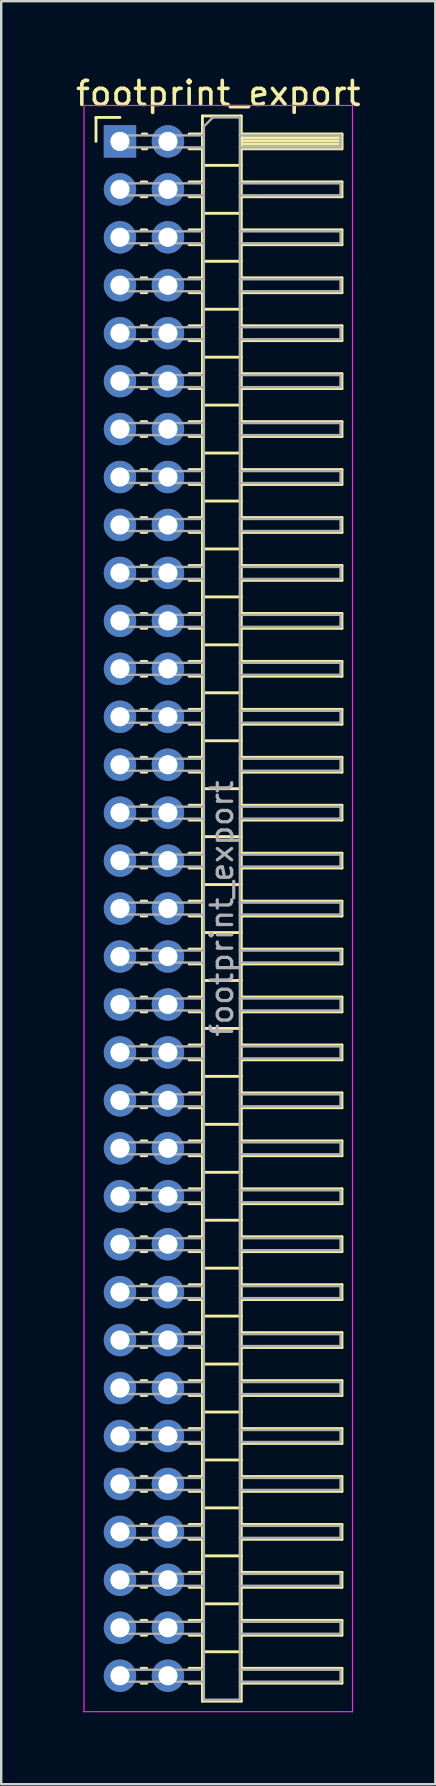
<source format=kicad_pcb>
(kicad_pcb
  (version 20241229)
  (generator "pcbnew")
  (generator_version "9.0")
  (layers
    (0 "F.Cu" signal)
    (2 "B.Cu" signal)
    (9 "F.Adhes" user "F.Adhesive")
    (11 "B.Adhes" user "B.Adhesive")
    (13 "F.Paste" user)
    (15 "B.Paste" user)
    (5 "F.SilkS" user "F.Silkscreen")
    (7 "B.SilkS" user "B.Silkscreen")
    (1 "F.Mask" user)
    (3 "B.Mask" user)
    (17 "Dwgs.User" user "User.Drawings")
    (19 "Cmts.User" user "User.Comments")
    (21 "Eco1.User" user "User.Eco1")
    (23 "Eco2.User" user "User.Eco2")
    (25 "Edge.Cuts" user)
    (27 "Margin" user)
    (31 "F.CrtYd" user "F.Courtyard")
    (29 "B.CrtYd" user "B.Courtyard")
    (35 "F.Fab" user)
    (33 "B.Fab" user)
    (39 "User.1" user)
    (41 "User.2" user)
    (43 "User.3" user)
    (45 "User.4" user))
  (footprint "footprint_export"
    (layer "F.Cu")
    (at 1.954 2.848)
    (property "Reference" "footprint_export" (at 4.1 -2 0) (layer "F.SilkS") (effects (font (size 1 1) (thickness 0.15))))
    (attr through_hole)
    (fp_line (start -1 -1) (end 0 -1) (stroke (width 0.12) (type solid)) (layer "F.SilkS"))
    (fp_line (start -1 0) (end -1 -1) (stroke (width 0.12) (type solid)) (layer "F.SilkS"))
    (fp_line (start 0.882 1.69) (end 1.118 1.69) (stroke (width 0.12) (type solid)) (layer "F.SilkS"))
    (fp_line (start 0.882 2.31) (end 1.118 2.31) (stroke (width 0.12) (type solid)) (layer "F.SilkS"))
    (fp_line (start 0.882 3.69) (end 1.118 3.69) (stroke (width 0.12) (type solid)) (layer "F.SilkS"))
    (fp_line (start 0.882 4.31) (end 1.118 4.31) (stroke (width 0.12) (type solid)) (layer "F.SilkS"))
    (fp_line (start 0.882 5.69) (end 1.118 5.69) (stroke (width 0.12) (type solid)) (layer "F.SilkS"))
    (fp_line (start 0.882 6.31) (end 1.118 6.31) (stroke (width 0.12) (type solid)) (layer "F.SilkS"))
    (fp_line (start 0.882 7.69) (end 1.118 7.69) (stroke (width 0.12) (type solid)) (layer "F.SilkS"))
    (fp_line (start 0.882 8.31) (end 1.118 8.31) (stroke (width 0.12) (type solid)) (layer "F.SilkS"))
    (fp_line (start 0.882 9.69) (end 1.118 9.69) (stroke (width 0.12) (type solid)) (layer "F.SilkS"))
    (fp_line (start 0.882 10.31) (end 1.118 10.31) (stroke (width 0.12) (type solid)) (layer "F.SilkS"))
    (fp_line (start 0.882 11.69) (end 1.118 11.69) (stroke (width 0.12) (type solid)) (layer "F.SilkS"))
    (fp_line (start 0.882 12.31) (end 1.118 12.31) (stroke (width 0.12) (type solid)) (layer "F.SilkS"))
    (fp_line (start 0.882 13.69) (end 1.118 13.69) (stroke (width 0.12) (type solid)) (layer "F.SilkS"))
    (fp_line (start 0.882 14.31) (end 1.118 14.31) (stroke (width 0.12) (type solid)) (layer "F.SilkS"))
    (fp_line (start 0.882 15.69) (end 1.118 15.69) (stroke (width 0.12) (type solid)) (layer "F.SilkS"))
    (fp_line (start 0.882 16.31) (end 1.118 16.31) (stroke (width 0.12) (type solid)) (layer "F.SilkS"))
    (fp_line (start 0.882 17.69) (end 1.118 17.69) (stroke (width 0.12) (type solid)) (layer "F.SilkS"))
    (fp_line (start 0.882 18.31) (end 1.118 18.31) (stroke (width 0.12) (type solid)) (layer "F.SilkS"))
    (fp_line (start 0.882 19.69) (end 1.118 19.69) (stroke (width 0.12) (type solid)) (layer "F.SilkS"))
    (fp_line (start 0.882 20.31) (end 1.118 20.31) (stroke (width 0.12) (type solid)) (layer "F.SilkS"))
    (fp_line (start 0.882 21.69) (end 1.118 21.69) (stroke (width 0.12) (type solid)) (layer "F.SilkS"))
    (fp_line (start 0.882 22.31) (end 1.118 22.31) (stroke (width 0.12) (type solid)) (layer "F.SilkS"))
    (fp_line (start 0.882 23.69) (end 1.118 23.69) (stroke (width 0.12) (type solid)) (layer "F.SilkS"))
    (fp_line (start 0.882 24.31) (end 1.118 24.31) (stroke (width 0.12) (type solid)) (layer "F.SilkS"))
    (fp_line (start 0.882 25.69) (end 1.118 25.69) (stroke (width 0.12) (type solid)) (layer "F.SilkS"))
    (fp_line (start 0.882 26.31) (end 1.118 26.31) (stroke (width 0.12) (type solid)) (layer "F.SilkS"))
    (fp_line (start 0.882 27.69) (end 1.118 27.69) (stroke (width 0.12) (type solid)) (layer "F.SilkS"))
    (fp_line (start 0.882 28.31) (end 1.118 28.31) (stroke (width 0.12) (type solid)) (layer "F.SilkS"))
    (fp_line (start 0.882 29.69) (end 1.118 29.69) (stroke (width 0.12) (type solid)) (layer "F.SilkS"))
    (fp_line (start 0.882 30.31) (end 1.118 30.31) (stroke (width 0.12) (type solid)) (layer "F.SilkS"))
    (fp_line (start 0.882 31.69) (end 1.118 31.69) (stroke (width 0.12) (type solid)) (layer "F.SilkS"))
    (fp_line (start 0.882 32.31) (end 1.118 32.31) (stroke (width 0.12) (type solid)) (layer "F.SilkS"))
    (fp_line (start 0.882 33.69) (end 1.118 33.69) (stroke (width 0.12) (type solid)) (layer "F.SilkS"))
    (fp_line (start 0.882 34.31) (end 1.118 34.31) (stroke (width 0.12) (type solid)) (layer "F.SilkS"))
    (fp_line (start 0.882 35.69) (end 1.118 35.69) (stroke (width 0.12) (type solid)) (layer "F.SilkS"))
    (fp_line (start 0.882 36.31) (end 1.118 36.31) (stroke (width 0.12) (type solid)) (layer "F.SilkS"))
    (fp_line (start 0.882 37.69) (end 1.118 37.69) (stroke (width 0.12) (type solid)) (layer "F.SilkS"))
    (fp_line (start 0.882 38.31) (end 1.118 38.31) (stroke (width 0.12) (type solid)) (layer "F.SilkS"))
    (fp_line (start 0.882 39.69) (end 1.118 39.69) (stroke (width 0.12) (type solid)) (layer "F.SilkS"))
    (fp_line (start 0.882 40.31) (end 1.118 40.31) (stroke (width 0.12) (type solid)) (layer "F.SilkS"))
    (fp_line (start 0.882 41.69) (end 1.118 41.69) (stroke (width 0.12) (type solid)) (layer "F.SilkS"))
    (fp_line (start 0.882 42.31) (end 1.118 42.31) (stroke (width 0.12) (type solid)) (layer "F.SilkS"))
    (fp_line (start 0.882 43.69) (end 1.118 43.69) (stroke (width 0.12) (type solid)) (layer "F.SilkS"))
    (fp_line (start 0.882 44.31) (end 1.118 44.31) (stroke (width 0.12) (type solid)) (layer "F.SilkS"))
    (fp_line (start 0.882 45.69) (end 1.118 45.69) (stroke (width 0.12) (type solid)) (layer "F.SilkS"))
    (fp_line (start 0.882 46.31) (end 1.118 46.31) (stroke (width 0.12) (type solid)) (layer "F.SilkS"))
    (fp_line (start 0.882 47.69) (end 1.118 47.69) (stroke (width 0.12) (type solid)) (layer "F.SilkS"))
    (fp_line (start 0.882 48.31) (end 1.118 48.31) (stroke (width 0.12) (type solid)) (layer "F.SilkS"))
    (fp_line (start 0.882 49.69) (end 1.118 49.69) (stroke (width 0.12) (type solid)) (layer "F.SilkS"))
    (fp_line (start 0.882 50.31) (end 1.118 50.31) (stroke (width 0.12) (type solid)) (layer "F.SilkS"))
    (fp_line (start 0.882 51.69) (end 1.118 51.69) (stroke (width 0.12) (type solid)) (layer "F.SilkS"))
    (fp_line (start 0.882 52.31) (end 1.118 52.31) (stroke (width 0.12) (type solid)) (layer "F.SilkS"))
    (fp_line (start 0.882 53.69) (end 1.118 53.69) (stroke (width 0.12) (type solid)) (layer "F.SilkS"))
    (fp_line (start 0.882 54.31) (end 1.118 54.31) (stroke (width 0.12) (type solid)) (layer "F.SilkS"))
    (fp_line (start 0.882 55.69) (end 1.118 55.69) (stroke (width 0.12) (type solid)) (layer "F.SilkS"))
    (fp_line (start 0.882 56.31) (end 1.118 56.31) (stroke (width 0.12) (type solid)) (layer "F.SilkS"))
    (fp_line (start 0.882 57.69) (end 1.118 57.69) (stroke (width 0.12) (type solid)) (layer "F.SilkS"))
    (fp_line (start 0.882 58.31) (end 1.118 58.31) (stroke (width 0.12) (type solid)) (layer "F.SilkS"))
    (fp_line (start 0.882 59.69) (end 1.118 59.69) (stroke (width 0.12) (type solid)) (layer "F.SilkS"))
    (fp_line (start 0.882 60.31) (end 1.118 60.31) (stroke (width 0.12) (type solid)) (layer "F.SilkS"))
    (fp_line (start 0.882 61.69) (end 1.118 61.69) (stroke (width 0.12) (type solid)) (layer "F.SilkS"))
    (fp_line (start 0.882 62.31) (end 1.118 62.31) (stroke (width 0.12) (type solid)) (layer "F.SilkS"))
    (fp_line (start 0.882 63.69) (end 1.118 63.69) (stroke (width 0.12) (type solid)) (layer "F.SilkS"))
    (fp_line (start 0.882 64.31) (end 1.118 64.31) (stroke (width 0.12) (type solid)) (layer "F.SilkS"))
    (fp_line (start 0.935 -0.31) (end 1.118 -0.31) (stroke (width 0.12) (type solid)) (layer "F.SilkS"))
    (fp_line (start 0.935 0.31) (end 1.118 0.31) (stroke (width 0.12) (type solid)) (layer "F.SilkS"))
    (fp_line (start 2.882 -0.31) (end 3.44 -0.31) (stroke (width 0.12) (type solid)) (layer "F.SilkS"))
    (fp_line (start 2.882 0.31) (end 3.44 0.31) (stroke (width 0.12) (type solid)) (layer "F.SilkS"))
    (fp_line (start 2.882 1.69) (end 3.44 1.69) (stroke (width 0.12) (type solid)) (layer "F.SilkS"))
    (fp_line (start 2.882 2.31) (end 3.44 2.31) (stroke (width 0.12) (type solid)) (layer "F.SilkS"))
    (fp_line (start 2.882 3.69) (end 3.44 3.69) (stroke (width 0.12) (type solid)) (layer "F.SilkS"))
    (fp_line (start 2.882 4.31) (end 3.44 4.31) (stroke (width 0.12) (type solid)) (layer "F.SilkS"))
    (fp_line (start 2.882 5.69) (end 3.44 5.69) (stroke (width 0.12) (type solid)) (layer "F.SilkS"))
    (fp_line (start 2.882 6.31) (end 3.44 6.31) (stroke (width 0.12) (type solid)) (layer "F.SilkS"))
    (fp_line (start 2.882 7.69) (end 3.44 7.69) (stroke (width 0.12) (type solid)) (layer "F.SilkS"))
    (fp_line (start 2.882 8.31) (end 3.44 8.31) (stroke (width 0.12) (type solid)) (layer "F.SilkS"))
    (fp_line (start 2.882 9.69) (end 3.44 9.69) (stroke (width 0.12) (type solid)) (layer "F.SilkS"))
    (fp_line (start 2.882 10.31) (end 3.44 10.31) (stroke (width 0.12) (type solid)) (layer "F.SilkS"))
    (fp_line (start 2.882 11.69) (end 3.44 11.69) (stroke (width 0.12) (type solid)) (layer "F.SilkS"))
    (fp_line (start 2.882 12.31) (end 3.44 12.31) (stroke (width 0.12) (type solid)) (layer "F.SilkS"))
    (fp_line (start 2.882 13.69) (end 3.44 13.69) (stroke (width 0.12) (type solid)) (layer "F.SilkS"))
    (fp_line (start 2.882 14.31) (end 3.44 14.31) (stroke (width 0.12) (type solid)) (layer "F.SilkS"))
    (fp_line (start 2.882 15.69) (end 3.44 15.69) (stroke (width 0.12) (type solid)) (layer "F.SilkS"))
    (fp_line (start 2.882 16.31) (end 3.44 16.31) (stroke (width 0.12) (type solid)) (layer "F.SilkS"))
    (fp_line (start 2.882 17.69) (end 3.44 17.69) (stroke (width 0.12) (type solid)) (layer "F.SilkS"))
    (fp_line (start 2.882 18.31) (end 3.44 18.31) (stroke (width 0.12) (type solid)) (layer "F.SilkS"))
    (fp_line (start 2.882 19.69) (end 3.44 19.69) (stroke (width 0.12) (type solid)) (layer "F.SilkS"))
    (fp_line (start 2.882 20.31) (end 3.44 20.31) (stroke (width 0.12) (type solid)) (layer "F.SilkS"))
    (fp_line (start 2.882 21.69) (end 3.44 21.69) (stroke (width 0.12) (type solid)) (layer "F.SilkS"))
    (fp_line (start 2.882 22.31) (end 3.44 22.31) (stroke (width 0.12) (type solid)) (layer "F.SilkS"))
    (fp_line (start 2.882 23.69) (end 3.44 23.69) (stroke (width 0.12) (type solid)) (layer "F.SilkS"))
    (fp_line (start 2.882 24.31) (end 3.44 24.31) (stroke (width 0.12) (type solid)) (layer "F.SilkS"))
    (fp_line (start 2.882 25.69) (end 3.44 25.69) (stroke (width 0.12) (type solid)) (layer "F.SilkS"))
    (fp_line (start 2.882 26.31) (end 3.44 26.31) (stroke (width 0.12) (type solid)) (layer "F.SilkS"))
    (fp_line (start 2.882 27.69) (end 3.44 27.69) (stroke (width 0.12) (type solid)) (layer "F.SilkS"))
    (fp_line (start 2.882 28.31) (end 3.44 28.31) (stroke (width 0.12) (type solid)) (layer "F.SilkS"))
    (fp_line (start 2.882 29.69) (end 3.44 29.69) (stroke (width 0.12) (type solid)) (layer "F.SilkS"))
    (fp_line (start 2.882 30.31) (end 3.44 30.31) (stroke (width 0.12) (type solid)) (layer "F.SilkS"))
    (fp_line (start 2.882 31.69) (end 3.44 31.69) (stroke (width 0.12) (type solid)) (layer "F.SilkS"))
    (fp_line (start 2.882 32.31) (end 3.44 32.31) (stroke (width 0.12) (type solid)) (layer "F.SilkS"))
    (fp_line (start 2.882 33.69) (end 3.44 33.69) (stroke (width 0.12) (type solid)) (layer "F.SilkS"))
    (fp_line (start 2.882 34.31) (end 3.44 34.31) (stroke (width 0.12) (type solid)) (layer "F.SilkS"))
    (fp_line (start 2.882 35.69) (end 3.44 35.69) (stroke (width 0.12) (type solid)) (layer "F.SilkS"))
    (fp_line (start 2.882 36.31) (end 3.44 36.31) (stroke (width 0.12) (type solid)) (layer "F.SilkS"))
    (fp_line (start 2.882 37.69) (end 3.44 37.69) (stroke (width 0.12) (type solid)) (layer "F.SilkS"))
    (fp_line (start 2.882 38.31) (end 3.44 38.31) (stroke (width 0.12) (type solid)) (layer "F.SilkS"))
    (fp_line (start 2.882 39.69) (end 3.44 39.69) (stroke (width 0.12) (type solid)) (layer "F.SilkS"))
    (fp_line (start 2.882 40.31) (end 3.44 40.31) (stroke (width 0.12) (type solid)) (layer "F.SilkS"))
    (fp_line (start 2.882 41.69) (end 3.44 41.69) (stroke (width 0.12) (type solid)) (layer "F.SilkS"))
    (fp_line (start 2.882 42.31) (end 3.44 42.31) (stroke (width 0.12) (type solid)) (layer "F.SilkS"))
    (fp_line (start 2.882 43.69) (end 3.44 43.69) (stroke (width 0.12) (type solid)) (layer "F.SilkS"))
    (fp_line (start 2.882 44.31) (end 3.44 44.31) (stroke (width 0.12) (type solid)) (layer "F.SilkS"))
    (fp_line (start 2.882 45.69) (end 3.44 45.69) (stroke (width 0.12) (type solid)) (layer "F.SilkS"))
    (fp_line (start 2.882 46.31) (end 3.44 46.31) (stroke (width 0.12) (type solid)) (layer "F.SilkS"))
    (fp_line (start 2.882 47.69) (end 3.44 47.69) (stroke (width 0.12) (type solid)) (layer "F.SilkS"))
    (fp_line (start 2.882 48.31) (end 3.44 48.31) (stroke (width 0.12) (type solid)) (layer "F.SilkS"))
    (fp_line (start 2.882 49.69) (end 3.44 49.69) (stroke (width 0.12) (type solid)) (layer "F.SilkS"))
    (fp_line (start 2.882 50.31) (end 3.44 50.31) (stroke (width 0.12) (type solid)) (layer "F.SilkS"))
    (fp_line (start 2.882 51.69) (end 3.44 51.69) (stroke (width 0.12) (type solid)) (layer "F.SilkS"))
    (fp_line (start 2.882 52.31) (end 3.44 52.31) (stroke (width 0.12) (type solid)) (layer "F.SilkS"))
    (fp_line (start 2.882 53.69) (end 3.44 53.69) (stroke (width 0.12) (type solid)) (layer "F.SilkS"))
    (fp_line (start 2.882 54.31) (end 3.44 54.31) (stroke (width 0.12) (type solid)) (layer "F.SilkS"))
    (fp_line (start 2.882 55.69) (end 3.44 55.69) (stroke (width 0.12) (type solid)) (layer "F.SilkS"))
    (fp_line (start 2.882 56.31) (end 3.44 56.31) (stroke (width 0.12) (type solid)) (layer "F.SilkS"))
    (fp_line (start 2.882 57.69) (end 3.44 57.69) (stroke (width 0.12) (type solid)) (layer "F.SilkS"))
    (fp_line (start 2.882 58.31) (end 3.44 58.31) (stroke (width 0.12) (type solid)) (layer "F.SilkS"))
    (fp_line (start 2.882 59.69) (end 3.44 59.69) (stroke (width 0.12) (type solid)) (layer "F.SilkS"))
    (fp_line (start 2.882 60.31) (end 3.44 60.31) (stroke (width 0.12) (type solid)) (layer "F.SilkS"))
    (fp_line (start 2.882 61.69) (end 3.44 61.69) (stroke (width 0.12) (type solid)) (layer "F.SilkS"))
    (fp_line (start 2.882 62.31) (end 3.44 62.31) (stroke (width 0.12) (type solid)) (layer "F.SilkS"))
    (fp_line (start 2.882 63.69) (end 3.44 63.69) (stroke (width 0.12) (type solid)) (layer "F.SilkS"))
    (fp_line (start 2.882 64.31) (end 3.44 64.31) (stroke (width 0.12) (type solid)) (layer "F.SilkS"))
    (fp_line (start 3.44 -1.06) (end 3.44 65.06) (stroke (width 0.12) (type solid)) (layer "F.SilkS"))
    (fp_line (start 3.44 1) (end 5.06 1) (stroke (width 0.12) (type solid)) (layer "F.SilkS"))
    (fp_line (start 3.44 3) (end 5.06 3) (stroke (width 0.12) (type solid)) (layer "F.SilkS"))
    (fp_line (start 3.44 5) (end 5.06 5) (stroke (width 0.12) (type solid)) (layer "F.SilkS"))
    (fp_line (start 3.44 7) (end 5.06 7) (stroke (width 0.12) (type solid)) (layer "F.SilkS"))
    (fp_line (start 3.44 9) (end 5.06 9) (stroke (width 0.12) (type solid)) (layer "F.SilkS"))
    (fp_line (start 3.44 11) (end 5.06 11) (stroke (width 0.12) (type solid)) (layer "F.SilkS"))
    (fp_line (start 3.44 13) (end 5.06 13) (stroke (width 0.12) (type solid)) (layer "F.SilkS"))
    (fp_line (start 3.44 15) (end 5.06 15) (stroke (width 0.12) (type solid)) (layer "F.SilkS"))
    (fp_line (start 3.44 17) (end 5.06 17) (stroke (width 0.12) (type solid)) (layer "F.SilkS"))
    (fp_line (start 3.44 19) (end 5.06 19) (stroke (width 0.12) (type solid)) (layer "F.SilkS"))
    (fp_line (start 3.44 21) (end 5.06 21) (stroke (width 0.12) (type solid)) (layer "F.SilkS"))
    (fp_line (start 3.44 23) (end 5.06 23) (stroke (width 0.12) (type solid)) (layer "F.SilkS"))
    (fp_line (start 3.44 25) (end 5.06 25) (stroke (width 0.12) (type solid)) (layer "F.SilkS"))
    (fp_line (start 3.44 27) (end 5.06 27) (stroke (width 0.12) (type solid)) (layer "F.SilkS"))
    (fp_line (start 3.44 29) (end 5.06 29) (stroke (width 0.12) (type solid)) (layer "F.SilkS"))
    (fp_line (start 3.44 31) (end 5.06 31) (stroke (width 0.12) (type solid)) (layer "F.SilkS"))
    (fp_line (start 3.44 33) (end 5.06 33) (stroke (width 0.12) (type solid)) (layer "F.SilkS"))
    (fp_line (start 3.44 35) (end 5.06 35) (stroke (width 0.12) (type solid)) (layer "F.SilkS"))
    (fp_line (start 3.44 37) (end 5.06 37) (stroke (width 0.12) (type solid)) (layer "F.SilkS"))
    (fp_line (start 3.44 39) (end 5.06 39) (stroke (width 0.12) (type solid)) (layer "F.SilkS"))
    (fp_line (start 3.44 41) (end 5.06 41) (stroke (width 0.12) (type solid)) (layer "F.SilkS"))
    (fp_line (start 3.44 43) (end 5.06 43) (stroke (width 0.12) (type solid)) (layer "F.SilkS"))
    (fp_line (start 3.44 45) (end 5.06 45) (stroke (width 0.12) (type solid)) (layer "F.SilkS"))
    (fp_line (start 3.44 47) (end 5.06 47) (stroke (width 0.12) (type solid)) (layer "F.SilkS"))
    (fp_line (start 3.44 49) (end 5.06 49) (stroke (width 0.12) (type solid)) (layer "F.SilkS"))
    (fp_line (start 3.44 51) (end 5.06 51) (stroke (width 0.12) (type solid)) (layer "F.SilkS"))
    (fp_line (start 3.44 53) (end 5.06 53) (stroke (width 0.12) (type solid)) (layer "F.SilkS"))
    (fp_line (start 3.44 55) (end 5.06 55) (stroke (width 0.12) (type solid)) (layer "F.SilkS"))
    (fp_line (start 3.44 57) (end 5.06 57) (stroke (width 0.12) (type solid)) (layer "F.SilkS"))
    (fp_line (start 3.44 59) (end 5.06 59) (stroke (width 0.12) (type solid)) (layer "F.SilkS"))
    (fp_line (start 3.44 61) (end 5.06 61) (stroke (width 0.12) (type solid)) (layer "F.SilkS"))
    (fp_line (start 3.44 63) (end 5.06 63) (stroke (width 0.12) (type solid)) (layer "F.SilkS"))
    (fp_line (start 3.44 65.06) (end 5.06 65.06) (stroke (width 0.12) (type solid)) (layer "F.SilkS"))
    (fp_line (start 5.06 -1.06) (end 3.44 -1.06) (stroke (width 0.12) (type solid)) (layer "F.SilkS"))
    (fp_line (start 5.06 -0.31) (end 9.26 -0.31) (stroke (width 0.12) (type solid)) (layer "F.SilkS"))
    (fp_line (start 5.06 -0.25) (end 9.26 -0.25) (stroke (width 0.12) (type solid)) (layer "F.SilkS"))
    (fp_line (start 5.06 -0.13) (end 9.26 -0.13) (stroke (width 0.12) (type solid)) (layer "F.SilkS"))
    (fp_line (start 5.06 -0.01) (end 9.26 -0.01) (stroke (width 0.12) (type solid)) (layer "F.SilkS"))
    (fp_line (start 5.06 0.11) (end 9.26 0.11) (stroke (width 0.12) (type solid)) (layer "F.SilkS"))
    (fp_line (start 5.06 0.23) (end 9.26 0.23) (stroke (width 0.12) (type solid)) (layer "F.SilkS"))
    (fp_line (start 5.06 1.69) (end 9.26 1.69) (stroke (width 0.12) (type solid)) (layer "F.SilkS"))
    (fp_line (start 5.06 3.69) (end 9.26 3.69) (stroke (width 0.12) (type solid)) (layer "F.SilkS"))
    (fp_line (start 5.06 5.69) (end 9.26 5.69) (stroke (width 0.12) (type solid)) (layer "F.SilkS"))
    (fp_line (start 5.06 7.69) (end 9.26 7.69) (stroke (width 0.12) (type solid)) (layer "F.SilkS"))
    (fp_line (start 5.06 9.69) (end 9.26 9.69) (stroke (width 0.12) (type solid)) (layer "F.SilkS"))
    (fp_line (start 5.06 11.69) (end 9.26 11.69) (stroke (width 0.12) (type solid)) (layer "F.SilkS"))
    (fp_line (start 5.06 13.69) (end 9.26 13.69) (stroke (width 0.12) (type solid)) (layer "F.SilkS"))
    (fp_line (start 5.06 15.69) (end 9.26 15.69) (stroke (width 0.12) (type solid)) (layer "F.SilkS"))
    (fp_line (start 5.06 17.69) (end 9.26 17.69) (stroke (width 0.12) (type solid)) (layer "F.SilkS"))
    (fp_line (start 5.06 19.69) (end 9.26 19.69) (stroke (width 0.12) (type solid)) (layer "F.SilkS"))
    (fp_line (start 5.06 21.69) (end 9.26 21.69) (stroke (width 0.12) (type solid)) (layer "F.SilkS"))
    (fp_line (start 5.06 23.69) (end 9.26 23.69) (stroke (width 0.12) (type solid)) (layer "F.SilkS"))
    (fp_line (start 5.06 25.69) (end 9.26 25.69) (stroke (width 0.12) (type solid)) (layer "F.SilkS"))
    (fp_line (start 5.06 27.69) (end 9.26 27.69) (stroke (width 0.12) (type solid)) (layer "F.SilkS"))
    (fp_line (start 5.06 29.69) (end 9.26 29.69) (stroke (width 0.12) (type solid)) (layer "F.SilkS"))
    (fp_line (start 5.06 31.69) (end 9.26 31.69) (stroke (width 0.12) (type solid)) (layer "F.SilkS"))
    (fp_line (start 5.06 33.69) (end 9.26 33.69) (stroke (width 0.12) (type solid)) (layer "F.SilkS"))
    (fp_line (start 5.06 35.69) (end 9.26 35.69) (stroke (width 0.12) (type solid)) (layer "F.SilkS"))
    (fp_line (start 5.06 37.69) (end 9.26 37.69) (stroke (width 0.12) (type solid)) (layer "F.SilkS"))
    (fp_line (start 5.06 39.69) (end 9.26 39.69) (stroke (width 0.12) (type solid)) (layer "F.SilkS"))
    (fp_line (start 5.06 41.69) (end 9.26 41.69) (stroke (width 0.12) (type solid)) (layer "F.SilkS"))
    (fp_line (start 5.06 43.69) (end 9.26 43.69) (stroke (width 0.12) (type solid)) (layer "F.SilkS"))
    (fp_line (start 5.06 45.69) (end 9.26 45.69) (stroke (width 0.12) (type solid)) (layer "F.SilkS"))
    (fp_line (start 5.06 47.69) (end 9.26 47.69) (stroke (width 0.12) (type solid)) (layer "F.SilkS"))
    (fp_line (start 5.06 49.69) (end 9.26 49.69) (stroke (width 0.12) (type solid)) (layer "F.SilkS"))
    (fp_line (start 5.06 51.69) (end 9.26 51.69) (stroke (width 0.12) (type solid)) (layer "F.SilkS"))
    (fp_line (start 5.06 53.69) (end 9.26 53.69) (stroke (width 0.12) (type solid)) (layer "F.SilkS"))
    (fp_line (start 5.06 55.69) (end 9.26 55.69) (stroke (width 0.12) (type solid)) (layer "F.SilkS"))
    (fp_line (start 5.06 57.69) (end 9.26 57.69) (stroke (width 0.12) (type solid)) (layer "F.SilkS"))
    (fp_line (start 5.06 59.69) (end 9.26 59.69) (stroke (width 0.12) (type solid)) (layer "F.SilkS"))
    (fp_line (start 5.06 61.69) (end 9.26 61.69) (stroke (width 0.12) (type solid)) (layer "F.SilkS"))
    (fp_line (start 5.06 63.69) (end 9.26 63.69) (stroke (width 0.12) (type solid)) (layer "F.SilkS"))
    (fp_line (start 5.06 65.06) (end 5.06 -1.06) (stroke (width 0.12) (type solid)) (layer "F.SilkS"))
    (fp_line (start 9.26 -0.31) (end 9.26 0.31) (stroke (width 0.12) (type solid)) (layer "F.SilkS"))
    (fp_line (start 9.26 0.31) (end 5.06 0.31) (stroke (width 0.12) (type solid)) (layer "F.SilkS"))
    (fp_line (start 9.26 1.69) (end 9.26 2.31) (stroke (width 0.12) (type solid)) (layer "F.SilkS"))
    (fp_line (start 9.26 2.31) (end 5.06 2.31) (stroke (width 0.12) (type solid)) (layer "F.SilkS"))
    (fp_line (start 9.26 3.69) (end 9.26 4.31) (stroke (width 0.12) (type solid)) (layer "F.SilkS"))
    (fp_line (start 9.26 4.31) (end 5.06 4.31) (stroke (width 0.12) (type solid)) (layer "F.SilkS"))
    (fp_line (start 9.26 5.69) (end 9.26 6.31) (stroke (width 0.12) (type solid)) (layer "F.SilkS"))
    (fp_line (start 9.26 6.31) (end 5.06 6.31) (stroke (width 0.12) (type solid)) (layer "F.SilkS"))
    (fp_line (start 9.26 7.69) (end 9.26 8.31) (stroke (width 0.12) (type solid)) (layer "F.SilkS"))
    (fp_line (start 9.26 8.31) (end 5.06 8.31) (stroke (width 0.12) (type solid)) (layer "F.SilkS"))
    (fp_line (start 9.26 9.69) (end 9.26 10.31) (stroke (width 0.12) (type solid)) (layer "F.SilkS"))
    (fp_line (start 9.26 10.31) (end 5.06 10.31) (stroke (width 0.12) (type solid)) (layer "F.SilkS"))
    (fp_line (start 9.26 11.69) (end 9.26 12.31) (stroke (width 0.12) (type solid)) (layer "F.SilkS"))
    (fp_line (start 9.26 12.31) (end 5.06 12.31) (stroke (width 0.12) (type solid)) (layer "F.SilkS"))
    (fp_line (start 9.26 13.69) (end 9.26 14.31) (stroke (width 0.12) (type solid)) (layer "F.SilkS"))
    (fp_line (start 9.26 14.31) (end 5.06 14.31) (stroke (width 0.12) (type solid)) (layer "F.SilkS"))
    (fp_line (start 9.26 15.69) (end 9.26 16.31) (stroke (width 0.12) (type solid)) (layer "F.SilkS"))
    (fp_line (start 9.26 16.31) (end 5.06 16.31) (stroke (width 0.12) (type solid)) (layer "F.SilkS"))
    (fp_line (start 9.26 17.69) (end 9.26 18.31) (stroke (width 0.12) (type solid)) (layer "F.SilkS"))
    (fp_line (start 9.26 18.31) (end 5.06 18.31) (stroke (width 0.12) (type solid)) (layer "F.SilkS"))
    (fp_line (start 9.26 19.69) (end 9.26 20.31) (stroke (width 0.12) (type solid)) (layer "F.SilkS"))
    (fp_line (start 9.26 20.31) (end 5.06 20.31) (stroke (width 0.12) (type solid)) (layer "F.SilkS"))
    (fp_line (start 9.26 21.69) (end 9.26 22.31) (stroke (width 0.12) (type solid)) (layer "F.SilkS"))
    (fp_line (start 9.26 22.31) (end 5.06 22.31) (stroke (width 0.12) (type solid)) (layer "F.SilkS"))
    (fp_line (start 9.26 23.69) (end 9.26 24.31) (stroke (width 0.12) (type solid)) (layer "F.SilkS"))
    (fp_line (start 9.26 24.31) (end 5.06 24.31) (stroke (width 0.12) (type solid)) (layer "F.SilkS"))
    (fp_line (start 9.26 25.69) (end 9.26 26.31) (stroke (width 0.12) (type solid)) (layer "F.SilkS"))
    (fp_line (start 9.26 26.31) (end 5.06 26.31) (stroke (width 0.12) (type solid)) (layer "F.SilkS"))
    (fp_line (start 9.26 27.69) (end 9.26 28.31) (stroke (width 0.12) (type solid)) (layer "F.SilkS"))
    (fp_line (start 9.26 28.31) (end 5.06 28.31) (stroke (width 0.12) (type solid)) (layer "F.SilkS"))
    (fp_line (start 9.26 29.69) (end 9.26 30.31) (stroke (width 0.12) (type solid)) (layer "F.SilkS"))
    (fp_line (start 9.26 30.31) (end 5.06 30.31) (stroke (width 0.12) (type solid)) (layer "F.SilkS"))
    (fp_line (start 9.26 31.69) (end 9.26 32.31) (stroke (width 0.12) (type solid)) (layer "F.SilkS"))
    (fp_line (start 9.26 32.31) (end 5.06 32.31) (stroke (width 0.12) (type solid)) (layer "F.SilkS"))
    (fp_line (start 9.26 33.69) (end 9.26 34.31) (stroke (width 0.12) (type solid)) (layer "F.SilkS"))
    (fp_line (start 9.26 34.31) (end 5.06 34.31) (stroke (width 0.12) (type solid)) (layer "F.SilkS"))
    (fp_line (start 9.26 35.69) (end 9.26 36.31) (stroke (width 0.12) (type solid)) (layer "F.SilkS"))
    (fp_line (start 9.26 36.31) (end 5.06 36.31) (stroke (width 0.12) (type solid)) (layer "F.SilkS"))
    (fp_line (start 9.26 37.69) (end 9.26 38.31) (stroke (width 0.12) (type solid)) (layer "F.SilkS"))
    (fp_line (start 9.26 38.31) (end 5.06 38.31) (stroke (width 0.12) (type solid)) (layer "F.SilkS"))
    (fp_line (start 9.26 39.69) (end 9.26 40.31) (stroke (width 0.12) (type solid)) (layer "F.SilkS"))
    (fp_line (start 9.26 40.31) (end 5.06 40.31) (stroke (width 0.12) (type solid)) (layer "F.SilkS"))
    (fp_line (start 9.26 41.69) (end 9.26 42.31) (stroke (width 0.12) (type solid)) (layer "F.SilkS"))
    (fp_line (start 9.26 42.31) (end 5.06 42.31) (stroke (width 0.12) (type solid)) (layer "F.SilkS"))
    (fp_line (start 9.26 43.69) (end 9.26 44.31) (stroke (width 0.12) (type solid)) (layer "F.SilkS"))
    (fp_line (start 9.26 44.31) (end 5.06 44.31) (stroke (width 0.12) (type solid)) (layer "F.SilkS"))
    (fp_line (start 9.26 45.69) (end 9.26 46.31) (stroke (width 0.12) (type solid)) (layer "F.SilkS"))
    (fp_line (start 9.26 46.31) (end 5.06 46.31) (stroke (width 0.12) (type solid)) (layer "F.SilkS"))
    (fp_line (start 9.26 47.69) (end 9.26 48.31) (stroke (width 0.12) (type solid)) (layer "F.SilkS"))
    (fp_line (start 9.26 48.31) (end 5.06 48.31) (stroke (width 0.12) (type solid)) (layer "F.SilkS"))
    (fp_line (start 9.26 49.69) (end 9.26 50.31) (stroke (width 0.12) (type solid)) (layer "F.SilkS"))
    (fp_line (start 9.26 50.31) (end 5.06 50.31) (stroke (width 0.12) (type solid)) (layer "F.SilkS"))
    (fp_line (start 9.26 51.69) (end 9.26 52.31) (stroke (width 0.12) (type solid)) (layer "F.SilkS"))
    (fp_line (start 9.26 52.31) (end 5.06 52.31) (stroke (width 0.12) (type solid)) (layer "F.SilkS"))
    (fp_line (start 9.26 53.69) (end 9.26 54.31) (stroke (width 0.12) (type solid)) (layer "F.SilkS"))
    (fp_line (start 9.26 54.31) (end 5.06 54.31) (stroke (width 0.12) (type solid)) (layer "F.SilkS"))
    (fp_line (start 9.26 55.69) (end 9.26 56.31) (stroke (width 0.12) (type solid)) (layer "F.SilkS"))
    (fp_line (start 9.26 56.31) (end 5.06 56.31) (stroke (width 0.12) (type solid)) (layer "F.SilkS"))
    (fp_line (start 9.26 57.69) (end 9.26 58.31) (stroke (width 0.12) (type solid)) (layer "F.SilkS"))
    (fp_line (start 9.26 58.31) (end 5.06 58.31) (stroke (width 0.12) (type solid)) (layer "F.SilkS"))
    (fp_line (start 9.26 59.69) (end 9.26 60.31) (stroke (width 0.12) (type solid)) (layer "F.SilkS"))
    (fp_line (start 9.26 60.31) (end 5.06 60.31) (stroke (width 0.12) (type solid)) (layer "F.SilkS"))
    (fp_line (start 9.26 61.69) (end 9.26 62.31) (stroke (width 0.12) (type solid)) (layer "F.SilkS"))
    (fp_line (start 9.26 62.31) (end 5.06 62.31) (stroke (width 0.12) (type solid)) (layer "F.SilkS"))
    (fp_line (start 9.26 63.69) (end 9.26 64.31) (stroke (width 0.12) (type solid)) (layer "F.SilkS"))
    (fp_line (start 9.26 64.31) (end 5.06 64.31) (stroke (width 0.12) (type solid)) (layer "F.SilkS"))
    (fp_line (start -1.5 -1.5) (end -1.5 65.5) (stroke (width 0.05) (type solid)) (layer "F.CrtYd"))
    (fp_line (start -1.5 65.5) (end 9.7 65.5) (stroke (width 0.05) (type solid)) (layer "F.CrtYd"))
    (fp_line (start 9.7 -1.5) (end -1.5 -1.5) (stroke (width 0.05) (type solid)) (layer "F.CrtYd"))
    (fp_line (start 9.7 65.5) (end 9.7 -1.5) (stroke (width 0.05) (type solid)) (layer "F.CrtYd"))
    (fp_line (start -0.25 -0.25) (end -0.25 0.25) (stroke (width 0.1) (type solid)) (layer "F.Fab"))
    (fp_line (start -0.25 -0.25) (end 3.5 -0.25) (stroke (width 0.1) (type solid)) (layer "F.Fab"))
    (fp_line (start -0.25 0.25) (end 3.5 0.25) (stroke (width 0.1) (type solid)) (layer "F.Fab"))
    (fp_line (start -0.25 1.75) (end -0.25 2.25) (stroke (width 0.1) (type solid)) (layer "F.Fab"))
    (fp_line (start -0.25 1.75) (end 3.5 1.75) (stroke (width 0.1) (type solid)) (layer "F.Fab"))
    (fp_line (start -0.25 2.25) (end 3.5 2.25) (stroke (width 0.1) (type solid)) (layer "F.Fab"))
    (fp_line (start -0.25 3.75) (end -0.25 4.25) (stroke (width 0.1) (type solid)) (layer "F.Fab"))
    (fp_line (start -0.25 3.75) (end 3.5 3.75) (stroke (width 0.1) (type solid)) (layer "F.Fab"))
    (fp_line (start -0.25 4.25) (end 3.5 4.25) (stroke (width 0.1) (type solid)) (layer "F.Fab"))
    (fp_line (start -0.25 5.75) (end -0.25 6.25) (stroke (width 0.1) (type solid)) (layer "F.Fab"))
    (fp_line (start -0.25 5.75) (end 3.5 5.75) (stroke (width 0.1) (type solid)) (layer "F.Fab"))
    (fp_line (start -0.25 6.25) (end 3.5 6.25) (stroke (width 0.1) (type solid)) (layer "F.Fab"))
    (fp_line (start -0.25 7.75) (end -0.25 8.25) (stroke (width 0.1) (type solid)) (layer "F.Fab"))
    (fp_line (start -0.25 7.75) (end 3.5 7.75) (stroke (width 0.1) (type solid)) (layer "F.Fab"))
    (fp_line (start -0.25 8.25) (end 3.5 8.25) (stroke (width 0.1) (type solid)) (layer "F.Fab"))
    (fp_line (start -0.25 9.75) (end -0.25 10.25) (stroke (width 0.1) (type solid)) (layer "F.Fab"))
    (fp_line (start -0.25 9.75) (end 3.5 9.75) (stroke (width 0.1) (type solid)) (layer "F.Fab"))
    (fp_line (start -0.25 10.25) (end 3.5 10.25) (stroke (width 0.1) (type solid)) (layer "F.Fab"))
    (fp_line (start -0.25 11.75) (end -0.25 12.25) (stroke (width 0.1) (type solid)) (layer "F.Fab"))
    (fp_line (start -0.25 11.75) (end 3.5 11.75) (stroke (width 0.1) (type solid)) (layer "F.Fab"))
    (fp_line (start -0.25 12.25) (end 3.5 12.25) (stroke (width 0.1) (type solid)) (layer "F.Fab"))
    (fp_line (start -0.25 13.75) (end -0.25 14.25) (stroke (width 0.1) (type solid)) (layer "F.Fab"))
    (fp_line (start -0.25 13.75) (end 3.5 13.75) (stroke (width 0.1) (type solid)) (layer "F.Fab"))
    (fp_line (start -0.25 14.25) (end 3.5 14.25) (stroke (width 0.1) (type solid)) (layer "F.Fab"))
    (fp_line (start -0.25 15.75) (end -0.25 16.25) (stroke (width 0.1) (type solid)) (layer "F.Fab"))
    (fp_line (start -0.25 15.75) (end 3.5 15.75) (stroke (width 0.1) (type solid)) (layer "F.Fab"))
    (fp_line (start -0.25 16.25) (end 3.5 16.25) (stroke (width 0.1) (type solid)) (layer "F.Fab"))
    (fp_line (start -0.25 17.75) (end -0.25 18.25) (stroke (width 0.1) (type solid)) (layer "F.Fab"))
    (fp_line (start -0.25 17.75) (end 3.5 17.75) (stroke (width 0.1) (type solid)) (layer "F.Fab"))
    (fp_line (start -0.25 18.25) (end 3.5 18.25) (stroke (width 0.1) (type solid)) (layer "F.Fab"))
    (fp_line (start -0.25 19.75) (end -0.25 20.25) (stroke (width 0.1) (type solid)) (layer "F.Fab"))
    (fp_line (start -0.25 19.75) (end 3.5 19.75) (stroke (width 0.1) (type solid)) (layer "F.Fab"))
    (fp_line (start -0.25 20.25) (end 3.5 20.25) (stroke (width 0.1) (type solid)) (layer "F.Fab"))
    (fp_line (start -0.25 21.75) (end -0.25 22.25) (stroke (width 0.1) (type solid)) (layer "F.Fab"))
    (fp_line (start -0.25 21.75) (end 3.5 21.75) (stroke (width 0.1) (type solid)) (layer "F.Fab"))
    (fp_line (start -0.25 22.25) (end 3.5 22.25) (stroke (width 0.1) (type solid)) (layer "F.Fab"))
    (fp_line (start -0.25 23.75) (end -0.25 24.25) (stroke (width 0.1) (type solid)) (layer "F.Fab"))
    (fp_line (start -0.25 23.75) (end 3.5 23.75) (stroke (width 0.1) (type solid)) (layer "F.Fab"))
    (fp_line (start -0.25 24.25) (end 3.5 24.25) (stroke (width 0.1) (type solid)) (layer "F.Fab"))
    (fp_line (start -0.25 25.75) (end -0.25 26.25) (stroke (width 0.1) (type solid)) (layer "F.Fab"))
    (fp_line (start -0.25 25.75) (end 3.5 25.75) (stroke (width 0.1) (type solid)) (layer "F.Fab"))
    (fp_line (start -0.25 26.25) (end 3.5 26.25) (stroke (width 0.1) (type solid)) (layer "F.Fab"))
    (fp_line (start -0.25 27.75) (end -0.25 28.25) (stroke (width 0.1) (type solid)) (layer "F.Fab"))
    (fp_line (start -0.25 27.75) (end 3.5 27.75) (stroke (width 0.1) (type solid)) (layer "F.Fab"))
    (fp_line (start -0.25 28.25) (end 3.5 28.25) (stroke (width 0.1) (type solid)) (layer "F.Fab"))
    (fp_line (start -0.25 29.75) (end -0.25 30.25) (stroke (width 0.1) (type solid)) (layer "F.Fab"))
    (fp_line (start -0.25 29.75) (end 3.5 29.75) (stroke (width 0.1) (type solid)) (layer "F.Fab"))
    (fp_line (start -0.25 30.25) (end 3.5 30.25) (stroke (width 0.1) (type solid)) (layer "F.Fab"))
    (fp_line (start -0.25 31.75) (end -0.25 32.25) (stroke (width 0.1) (type solid)) (layer "F.Fab"))
    (fp_line (start -0.25 31.75) (end 3.5 31.75) (stroke (width 0.1) (type solid)) (layer "F.Fab"))
    (fp_line (start -0.25 32.25) (end 3.5 32.25) (stroke (width 0.1) (type solid)) (layer "F.Fab"))
    (fp_line (start -0.25 33.75) (end -0.25 34.25) (stroke (width 0.1) (type solid)) (layer "F.Fab"))
    (fp_line (start -0.25 33.75) (end 3.5 33.75) (stroke (width 0.1) (type solid)) (layer "F.Fab"))
    (fp_line (start -0.25 34.25) (end 3.5 34.25) (stroke (width 0.1) (type solid)) (layer "F.Fab"))
    (fp_line (start -0.25 35.75) (end -0.25 36.25) (stroke (width 0.1) (type solid)) (layer "F.Fab"))
    (fp_line (start -0.25 35.75) (end 3.5 35.75) (stroke (width 0.1) (type solid)) (layer "F.Fab"))
    (fp_line (start -0.25 36.25) (end 3.5 36.25) (stroke (width 0.1) (type solid)) (layer "F.Fab"))
    (fp_line (start -0.25 37.75) (end -0.25 38.25) (stroke (width 0.1) (type solid)) (layer "F.Fab"))
    (fp_line (start -0.25 37.75) (end 3.5 37.75) (stroke (width 0.1) (type solid)) (layer "F.Fab"))
    (fp_line (start -0.25 38.25) (end 3.5 38.25) (stroke (width 0.1) (type solid)) (layer "F.Fab"))
    (fp_line (start -0.25 39.75) (end -0.25 40.25) (stroke (width 0.1) (type solid)) (layer "F.Fab"))
    (fp_line (start -0.25 39.75) (end 3.5 39.75) (stroke (width 0.1) (type solid)) (layer "F.Fab"))
    (fp_line (start -0.25 40.25) (end 3.5 40.25) (stroke (width 0.1) (type solid)) (layer "F.Fab"))
    (fp_line (start -0.25 41.75) (end -0.25 42.25) (stroke (width 0.1) (type solid)) (layer "F.Fab"))
    (fp_line (start -0.25 41.75) (end 3.5 41.75) (stroke (width 0.1) (type solid)) (layer "F.Fab"))
    (fp_line (start -0.25 42.25) (end 3.5 42.25) (stroke (width 0.1) (type solid)) (layer "F.Fab"))
    (fp_line (start -0.25 43.75) (end -0.25 44.25) (stroke (width 0.1) (type solid)) (layer "F.Fab"))
    (fp_line (start -0.25 43.75) (end 3.5 43.75) (stroke (width 0.1) (type solid)) (layer "F.Fab"))
    (fp_line (start -0.25 44.25) (end 3.5 44.25) (stroke (width 0.1) (type solid)) (layer "F.Fab"))
    (fp_line (start -0.25 45.75) (end -0.25 46.25) (stroke (width 0.1) (type solid)) (layer "F.Fab"))
    (fp_line (start -0.25 45.75) (end 3.5 45.75) (stroke (width 0.1) (type solid)) (layer "F.Fab"))
    (fp_line (start -0.25 46.25) (end 3.5 46.25) (stroke (width 0.1) (type solid)) (layer "F.Fab"))
    (fp_line (start -0.25 47.75) (end -0.25 48.25) (stroke (width 0.1) (type solid)) (layer "F.Fab"))
    (fp_line (start -0.25 47.75) (end 3.5 47.75) (stroke (width 0.1) (type solid)) (layer "F.Fab"))
    (fp_line (start -0.25 48.25) (end 3.5 48.25) (stroke (width 0.1) (type solid)) (layer "F.Fab"))
    (fp_line (start -0.25 49.75) (end -0.25 50.25) (stroke (width 0.1) (type solid)) (layer "F.Fab"))
    (fp_line (start -0.25 49.75) (end 3.5 49.75) (stroke (width 0.1) (type solid)) (layer "F.Fab"))
    (fp_line (start -0.25 50.25) (end 3.5 50.25) (stroke (width 0.1) (type solid)) (layer "F.Fab"))
    (fp_line (start -0.25 51.75) (end -0.25 52.25) (stroke (width 0.1) (type solid)) (layer "F.Fab"))
    (fp_line (start -0.25 51.75) (end 3.5 51.75) (stroke (width 0.1) (type solid)) (layer "F.Fab"))
    (fp_line (start -0.25 52.25) (end 3.5 52.25) (stroke (width 0.1) (type solid)) (layer "F.Fab"))
    (fp_line (start -0.25 53.75) (end -0.25 54.25) (stroke (width 0.1) (type solid)) (layer "F.Fab"))
    (fp_line (start -0.25 53.75) (end 3.5 53.75) (stroke (width 0.1) (type solid)) (layer "F.Fab"))
    (fp_line (start -0.25 54.25) (end 3.5 54.25) (stroke (width 0.1) (type solid)) (layer "F.Fab"))
    (fp_line (start -0.25 55.75) (end -0.25 56.25) (stroke (width 0.1) (type solid)) (layer "F.Fab"))
    (fp_line (start -0.25 55.75) (end 3.5 55.75) (stroke (width 0.1) (type solid)) (layer "F.Fab"))
    (fp_line (start -0.25 56.25) (end 3.5 56.25) (stroke (width 0.1) (type solid)) (layer "F.Fab"))
    (fp_line (start -0.25 57.75) (end -0.25 58.25) (stroke (width 0.1) (type solid)) (layer "F.Fab"))
    (fp_line (start -0.25 57.75) (end 3.5 57.75) (stroke (width 0.1) (type solid)) (layer "F.Fab"))
    (fp_line (start -0.25 58.25) (end 3.5 58.25) (stroke (width 0.1) (type solid)) (layer "F.Fab"))
    (fp_line (start -0.25 59.75) (end -0.25 60.25) (stroke (width 0.1) (type solid)) (layer "F.Fab"))
    (fp_line (start -0.25 59.75) (end 3.5 59.75) (stroke (width 0.1) (type solid)) (layer "F.Fab"))
    (fp_line (start -0.25 60.25) (end 3.5 60.25) (stroke (width 0.1) (type solid)) (layer "F.Fab"))
    (fp_line (start -0.25 61.75) (end -0.25 62.25) (stroke (width 0.1) (type solid)) (layer "F.Fab"))
    (fp_line (start -0.25 61.75) (end 3.5 61.75) (stroke (width 0.1) (type solid)) (layer "F.Fab"))
    (fp_line (start -0.25 62.25) (end 3.5 62.25) (stroke (width 0.1) (type solid)) (layer "F.Fab"))
    (fp_line (start -0.25 63.75) (end -0.25 64.25) (stroke (width 0.1) (type solid)) (layer "F.Fab"))
    (fp_line (start -0.25 63.75) (end 3.5 63.75) (stroke (width 0.1) (type solid)) (layer "F.Fab"))
    (fp_line (start -0.25 64.25) (end 3.5 64.25) (stroke (width 0.1) (type solid)) (layer "F.Fab"))
    (fp_line (start 3.5 -0.625) (end 3.875 -1) (stroke (width 0.1) (type solid)) (layer "F.Fab"))
    (fp_line (start 3.5 65) (end 3.5 -0.625) (stroke (width 0.1) (type solid)) (layer "F.Fab"))
    (fp_line (start 3.875 -1) (end 5 -1) (stroke (width 0.1) (type solid)) (layer "F.Fab"))
    (fp_line (start 5 -1) (end 5 65) (stroke (width 0.1) (type solid)) (layer "F.Fab"))
    (fp_line (start 5 -0.25) (end 9.2 -0.25) (stroke (width 0.1) (type solid)) (layer "F.Fab"))
    (fp_line (start 5 0.25) (end 9.2 0.25) (stroke (width 0.1) (type solid)) (layer "F.Fab"))
    (fp_line (start 5 1.75) (end 9.2 1.75) (stroke (width 0.1) (type solid)) (layer "F.Fab"))
    (fp_line (start 5 2.25) (end 9.2 2.25) (stroke (width 0.1) (type solid)) (layer "F.Fab"))
    (fp_line (start 5 3.75) (end 9.2 3.75) (stroke (width 0.1) (type solid)) (layer "F.Fab"))
    (fp_line (start 5 4.25) (end 9.2 4.25) (stroke (width 0.1) (type solid)) (layer "F.Fab"))
    (fp_line (start 5 5.75) (end 9.2 5.75) (stroke (width 0.1) (type solid)) (layer "F.Fab"))
    (fp_line (start 5 6.25) (end 9.2 6.25) (stroke (width 0.1) (type solid)) (layer "F.Fab"))
    (fp_line (start 5 7.75) (end 9.2 7.75) (stroke (width 0.1) (type solid)) (layer "F.Fab"))
    (fp_line (start 5 8.25) (end 9.2 8.25) (stroke (width 0.1) (type solid)) (layer "F.Fab"))
    (fp_line (start 5 9.75) (end 9.2 9.75) (stroke (width 0.1) (type solid)) (layer "F.Fab"))
    (fp_line (start 5 10.25) (end 9.2 10.25) (stroke (width 0.1) (type solid)) (layer "F.Fab"))
    (fp_line (start 5 11.75) (end 9.2 11.75) (stroke (width 0.1) (type solid)) (layer "F.Fab"))
    (fp_line (start 5 12.25) (end 9.2 12.25) (stroke (width 0.1) (type solid)) (layer "F.Fab"))
    (fp_line (start 5 13.75) (end 9.2 13.75) (stroke (width 0.1) (type solid)) (layer "F.Fab"))
    (fp_line (start 5 14.25) (end 9.2 14.25) (stroke (width 0.1) (type solid)) (layer "F.Fab"))
    (fp_line (start 5 15.75) (end 9.2 15.75) (stroke (width 0.1) (type solid)) (layer "F.Fab"))
    (fp_line (start 5 16.25) (end 9.2 16.25) (stroke (width 0.1) (type solid)) (layer "F.Fab"))
    (fp_line (start 5 17.75) (end 9.2 17.75) (stroke (width 0.1) (type solid)) (layer "F.Fab"))
    (fp_line (start 5 18.25) (end 9.2 18.25) (stroke (width 0.1) (type solid)) (layer "F.Fab"))
    (fp_line (start 5 19.75) (end 9.2 19.75) (stroke (width 0.1) (type solid)) (layer "F.Fab"))
    (fp_line (start 5 20.25) (end 9.2 20.25) (stroke (width 0.1) (type solid)) (layer "F.Fab"))
    (fp_line (start 5 21.75) (end 9.2 21.75) (stroke (width 0.1) (type solid)) (layer "F.Fab"))
    (fp_line (start 5 22.25) (end 9.2 22.25) (stroke (width 0.1) (type solid)) (layer "F.Fab"))
    (fp_line (start 5 23.75) (end 9.2 23.75) (stroke (width 0.1) (type solid)) (layer "F.Fab"))
    (fp_line (start 5 24.25) (end 9.2 24.25) (stroke (width 0.1) (type solid)) (layer "F.Fab"))
    (fp_line (start 5 25.75) (end 9.2 25.75) (stroke (width 0.1) (type solid)) (layer "F.Fab"))
    (fp_line (start 5 26.25) (end 9.2 26.25) (stroke (width 0.1) (type solid)) (layer "F.Fab"))
    (fp_line (start 5 27.75) (end 9.2 27.75) (stroke (width 0.1) (type solid)) (layer "F.Fab"))
    (fp_line (start 5 28.25) (end 9.2 28.25) (stroke (width 0.1) (type solid)) (layer "F.Fab"))
    (fp_line (start 5 29.75) (end 9.2 29.75) (stroke (width 0.1) (type solid)) (layer "F.Fab"))
    (fp_line (start 5 30.25) (end 9.2 30.25) (stroke (width 0.1) (type solid)) (layer "F.Fab"))
    (fp_line (start 5 31.75) (end 9.2 31.75) (stroke (width 0.1) (type solid)) (layer "F.Fab"))
    (fp_line (start 5 32.25) (end 9.2 32.25) (stroke (width 0.1) (type solid)) (layer "F.Fab"))
    (fp_line (start 5 33.75) (end 9.2 33.75) (stroke (width 0.1) (type solid)) (layer "F.Fab"))
    (fp_line (start 5 34.25) (end 9.2 34.25) (stroke (width 0.1) (type solid)) (layer "F.Fab"))
    (fp_line (start 5 35.75) (end 9.2 35.75) (stroke (width 0.1) (type solid)) (layer "F.Fab"))
    (fp_line (start 5 36.25) (end 9.2 36.25) (stroke (width 0.1) (type solid)) (layer "F.Fab"))
    (fp_line (start 5 37.75) (end 9.2 37.75) (stroke (width 0.1) (type solid)) (layer "F.Fab"))
    (fp_line (start 5 38.25) (end 9.2 38.25) (stroke (width 0.1) (type solid)) (layer "F.Fab"))
    (fp_line (start 5 39.75) (end 9.2 39.75) (stroke (width 0.1) (type solid)) (layer "F.Fab"))
    (fp_line (start 5 40.25) (end 9.2 40.25) (stroke (width 0.1) (type solid)) (layer "F.Fab"))
    (fp_line (start 5 41.75) (end 9.2 41.75) (stroke (width 0.1) (type solid)) (layer "F.Fab"))
    (fp_line (start 5 42.25) (end 9.2 42.25) (stroke (width 0.1) (type solid)) (layer "F.Fab"))
    (fp_line (start 5 43.75) (end 9.2 43.75) (stroke (width 0.1) (type solid)) (layer "F.Fab"))
    (fp_line (start 5 44.25) (end 9.2 44.25) (stroke (width 0.1) (type solid)) (layer "F.Fab"))
    (fp_line (start 5 45.75) (end 9.2 45.75) (stroke (width 0.1) (type solid)) (layer "F.Fab"))
    (fp_line (start 5 46.25) (end 9.2 46.25) (stroke (width 0.1) (type solid)) (layer "F.Fab"))
    (fp_line (start 5 47.75) (end 9.2 47.75) (stroke (width 0.1) (type solid)) (layer "F.Fab"))
    (fp_line (start 5 48.25) (end 9.2 48.25) (stroke (width 0.1) (type solid)) (layer "F.Fab"))
    (fp_line (start 5 49.75) (end 9.2 49.75) (stroke (width 0.1) (type solid)) (layer "F.Fab"))
    (fp_line (start 5 50.25) (end 9.2 50.25) (stroke (width 0.1) (type solid)) (layer "F.Fab"))
    (fp_line (start 5 51.75) (end 9.2 51.75) (stroke (width 0.1) (type solid)) (layer "F.Fab"))
    (fp_line (start 5 52.25) (end 9.2 52.25) (stroke (width 0.1) (type solid)) (layer "F.Fab"))
    (fp_line (start 5 53.75) (end 9.2 53.75) (stroke (width 0.1) (type solid)) (layer "F.Fab"))
    (fp_line (start 5 54.25) (end 9.2 54.25) (stroke (width 0.1) (type solid)) (layer "F.Fab"))
    (fp_line (start 5 55.75) (end 9.2 55.75) (stroke (width 0.1) (type solid)) (layer "F.Fab"))
    (fp_line (start 5 56.25) (end 9.2 56.25) (stroke (width 0.1) (type solid)) (layer "F.Fab"))
    (fp_line (start 5 57.75) (end 9.2 57.75) (stroke (width 0.1) (type solid)) (layer "F.Fab"))
    (fp_line (start 5 58.25) (end 9.2 58.25) (stroke (width 0.1) (type solid)) (layer "F.Fab"))
    (fp_line (start 5 59.75) (end 9.2 59.75) (stroke (width 0.1) (type solid)) (layer "F.Fab"))
    (fp_line (start 5 60.25) (end 9.2 60.25) (stroke (width 0.1) (type solid)) (layer "F.Fab"))
    (fp_line (start 5 61.75) (end 9.2 61.75) (stroke (width 0.1) (type solid)) (layer "F.Fab"))
    (fp_line (start 5 62.25) (end 9.2 62.25) (stroke (width 0.1) (type solid)) (layer "F.Fab"))
    (fp_line (start 5 63.75) (end 9.2 63.75) (stroke (width 0.1) (type solid)) (layer "F.Fab"))
    (fp_line (start 5 64.25) (end 9.2 64.25) (stroke (width 0.1) (type solid)) (layer "F.Fab"))
    (fp_line (start 5 65) (end 3.5 65) (stroke (width 0.1) (type solid)) (layer "F.Fab"))
    (fp_line (start 9.2 -0.25) (end 9.2 0.25) (stroke (width 0.1) (type solid)) (layer "F.Fab"))
    (fp_line (start 9.2 1.75) (end 9.2 2.25) (stroke (width 0.1) (type solid)) (layer "F.Fab"))
    (fp_line (start 9.2 3.75) (end 9.2 4.25) (stroke (width 0.1) (type solid)) (layer "F.Fab"))
    (fp_line (start 9.2 5.75) (end 9.2 6.25) (stroke (width 0.1) (type solid)) (layer "F.Fab"))
    (fp_line (start 9.2 7.75) (end 9.2 8.25) (stroke (width 0.1) (type solid)) (layer "F.Fab"))
    (fp_line (start 9.2 9.75) (end 9.2 10.25) (stroke (width 0.1) (type solid)) (layer "F.Fab"))
    (fp_line (start 9.2 11.75) (end 9.2 12.25) (stroke (width 0.1) (type solid)) (layer "F.Fab"))
    (fp_line (start 9.2 13.75) (end 9.2 14.25) (stroke (width 0.1) (type solid)) (layer "F.Fab"))
    (fp_line (start 9.2 15.75) (end 9.2 16.25) (stroke (width 0.1) (type solid)) (layer "F.Fab"))
    (fp_line (start 9.2 17.75) (end 9.2 18.25) (stroke (width 0.1) (type solid)) (layer "F.Fab"))
    (fp_line (start 9.2 19.75) (end 9.2 20.25) (stroke (width 0.1) (type solid)) (layer "F.Fab"))
    (fp_line (start 9.2 21.75) (end 9.2 22.25) (stroke (width 0.1) (type solid)) (layer "F.Fab"))
    (fp_line (start 9.2 23.75) (end 9.2 24.25) (stroke (width 0.1) (type solid)) (layer "F.Fab"))
    (fp_line (start 9.2 25.75) (end 9.2 26.25) (stroke (width 0.1) (type solid)) (layer "F.Fab"))
    (fp_line (start 9.2 27.75) (end 9.2 28.25) (stroke (width 0.1) (type solid)) (layer "F.Fab"))
    (fp_line (start 9.2 29.75) (end 9.2 30.25) (stroke (width 0.1) (type solid)) (layer "F.Fab"))
    (fp_line (start 9.2 31.75) (end 9.2 32.25) (stroke (width 0.1) (type solid)) (layer "F.Fab"))
    (fp_line (start 9.2 33.75) (end 9.2 34.25) (stroke (width 0.1) (type solid)) (layer "F.Fab"))
    (fp_line (start 9.2 35.75) (end 9.2 36.25) (stroke (width 0.1) (type solid)) (layer "F.Fab"))
    (fp_line (start 9.2 37.75) (end 9.2 38.25) (stroke (width 0.1) (type solid)) (layer "F.Fab"))
    (fp_line (start 9.2 39.75) (end 9.2 40.25) (stroke (width 0.1) (type solid)) (layer "F.Fab"))
    (fp_line (start 9.2 41.75) (end 9.2 42.25) (stroke (width 0.1) (type solid)) (layer "F.Fab"))
    (fp_line (start 9.2 43.75) (end 9.2 44.25) (stroke (width 0.1) (type solid)) (layer "F.Fab"))
    (fp_line (start 9.2 45.75) (end 9.2 46.25) (stroke (width 0.1) (type solid)) (layer "F.Fab"))
    (fp_line (start 9.2 47.75) (end 9.2 48.25) (stroke (width 0.1) (type solid)) (layer "F.Fab"))
    (fp_line (start 9.2 49.75) (end 9.2 50.25) (stroke (width 0.1) (type solid)) (layer "F.Fab"))
    (fp_line (start 9.2 51.75) (end 9.2 52.25) (stroke (width 0.1) (type solid)) (layer "F.Fab"))
    (fp_line (start 9.2 53.75) (end 9.2 54.25) (stroke (width 0.1) (type solid)) (layer "F.Fab"))
    (fp_line (start 9.2 55.75) (end 9.2 56.25) (stroke (width 0.1) (type solid)) (layer "F.Fab"))
    (fp_line (start 9.2 57.75) (end 9.2 58.25) (stroke (width 0.1) (type solid)) (layer "F.Fab"))
    (fp_line (start 9.2 59.75) (end 9.2 60.25) (stroke (width 0.1) (type solid)) (layer "F.Fab"))
    (fp_line (start 9.2 61.75) (end 9.2 62.25) (stroke (width 0.1) (type solid)) (layer "F.Fab"))
    (fp_line (start 9.2 63.75) (end 9.2 64.25) (stroke (width 0.1) (type solid)) (layer "F.Fab"))
    (fp_text user "${REFERENCE}" (at 4.25 32 90) (layer "F.Fab") (effects (font (size 0.9 0.9) (thickness 0.135))))
    (pad "1" thru_hole rect (at 0 0) (size 1.35 1.35) (drill 0.8) (layers "*.Cu" "*.Mask"))
    (pad "2" thru_hole oval (at 2 0) (size 1.35 1.35) (drill 0.8) (layers "*.Cu" "*.Mask"))
    (pad "3" thru_hole oval (at 0 2) (size 1.35 1.35) (drill 0.8) (layers "*.Cu" "*.Mask"))
    (pad "4" thru_hole oval (at 2 2) (size 1.35 1.35) (drill 0.8) (layers "*.Cu" "*.Mask"))
    (pad "5" thru_hole oval (at 0 4) (size 1.35 1.35) (drill 0.8) (layers "*.Cu" "*.Mask"))
    (pad "6" thru_hole oval (at 2 4) (size 1.35 1.35) (drill 0.8) (layers "*.Cu" "*.Mask"))
    (pad "7" thru_hole oval (at 0 6) (size 1.35 1.35) (drill 0.8) (layers "*.Cu" "*.Mask"))
    (pad "8" thru_hole oval (at 2 6) (size 1.35 1.35) (drill 0.8) (layers "*.Cu" "*.Mask"))
    (pad "9" thru_hole oval (at 0 8) (size 1.35 1.35) (drill 0.8) (layers "*.Cu" "*.Mask"))
    (pad "10" thru_hole oval (at 2 8) (size 1.35 1.35) (drill 0.8) (layers "*.Cu" "*.Mask"))
    (pad "11" thru_hole oval (at 0 10) (size 1.35 1.35) (drill 0.8) (layers "*.Cu" "*.Mask"))
    (pad "12" thru_hole oval (at 2 10) (size 1.35 1.35) (drill 0.8) (layers "*.Cu" "*.Mask"))
    (pad "13" thru_hole oval (at 0 12) (size 1.35 1.35) (drill 0.8) (layers "*.Cu" "*.Mask"))
    (pad "14" thru_hole oval (at 2 12) (size 1.35 1.35) (drill 0.8) (layers "*.Cu" "*.Mask"))
    (pad "15" thru_hole oval (at 0 14) (size 1.35 1.35) (drill 0.8) (layers "*.Cu" "*.Mask"))
    (pad "16" thru_hole oval (at 2 14) (size 1.35 1.35) (drill 0.8) (layers "*.Cu" "*.Mask"))
    (pad "17" thru_hole oval (at 0 16) (size 1.35 1.35) (drill 0.8) (layers "*.Cu" "*.Mask"))
    (pad "18" thru_hole oval (at 2 16) (size 1.35 1.35) (drill 0.8) (layers "*.Cu" "*.Mask"))
    (pad "19" thru_hole oval (at 0 18) (size 1.35 1.35) (drill 0.8) (layers "*.Cu" "*.Mask"))
    (pad "20" thru_hole oval (at 2 18) (size 1.35 1.35) (drill 0.8) (layers "*.Cu" "*.Mask"))
    (pad "21" thru_hole oval (at 0 20) (size 1.35 1.35) (drill 0.8) (layers "*.Cu" "*.Mask"))
    (pad "22" thru_hole oval (at 2 20) (size 1.35 1.35) (drill 0.8) (layers "*.Cu" "*.Mask"))
    (pad "23" thru_hole oval (at 0 22) (size 1.35 1.35) (drill 0.8) (layers "*.Cu" "*.Mask"))
    (pad "24" thru_hole oval (at 2 22) (size 1.35 1.35) (drill 0.8) (layers "*.Cu" "*.Mask"))
    (pad "25" thru_hole oval (at 0 24) (size 1.35 1.35) (drill 0.8) (layers "*.Cu" "*.Mask"))
    (pad "26" thru_hole oval (at 2 24) (size 1.35 1.35) (drill 0.8) (layers "*.Cu" "*.Mask"))
    (pad "27" thru_hole oval (at 0 26) (size 1.35 1.35) (drill 0.8) (layers "*.Cu" "*.Mask"))
    (pad "28" thru_hole oval (at 2 26) (size 1.35 1.35) (drill 0.8) (layers "*.Cu" "*.Mask"))
    (pad "29" thru_hole oval (at 0 28) (size 1.35 1.35) (drill 0.8) (layers "*.Cu" "*.Mask"))
    (pad "30" thru_hole oval (at 2 28) (size 1.35 1.35) (drill 0.8) (layers "*.Cu" "*.Mask"))
    (pad "31" thru_hole oval (at 0 30) (size 1.35 1.35) (drill 0.8) (layers "*.Cu" "*.Mask"))
    (pad "32" thru_hole oval (at 2 30) (size 1.35 1.35) (drill 0.8) (layers "*.Cu" "*.Mask"))
    (pad "33" thru_hole oval (at 0 32) (size 1.35 1.35) (drill 0.8) (layers "*.Cu" "*.Mask"))
    (pad "34" thru_hole oval (at 2 32) (size 1.35 1.35) (drill 0.8) (layers "*.Cu" "*.Mask"))
    (pad "35" thru_hole oval (at 0 34) (size 1.35 1.35) (drill 0.8) (layers "*.Cu" "*.Mask"))
    (pad "36" thru_hole oval (at 2 34) (size 1.35 1.35) (drill 0.8) (layers "*.Cu" "*.Mask"))
    (pad "37" thru_hole oval (at 0 36) (size 1.35 1.35) (drill 0.8) (layers "*.Cu" "*.Mask"))
    (pad "38" thru_hole oval (at 2 36) (size 1.35 1.35) (drill 0.8) (layers "*.Cu" "*.Mask"))
    (pad "39" thru_hole oval (at 0 38) (size 1.35 1.35) (drill 0.8) (layers "*.Cu" "*.Mask"))
    (pad "40" thru_hole oval (at 2 38) (size 1.35 1.35) (drill 0.8) (layers "*.Cu" "*.Mask"))
    (pad "41" thru_hole oval (at 0 40) (size 1.35 1.35) (drill 0.8) (layers "*.Cu" "*.Mask"))
    (pad "42" thru_hole oval (at 2 40) (size 1.35 1.35) (drill 0.8) (layers "*.Cu" "*.Mask"))
    (pad "43" thru_hole oval (at 0 42) (size 1.35 1.35) (drill 0.8) (layers "*.Cu" "*.Mask"))
    (pad "44" thru_hole oval (at 2 42) (size 1.35 1.35) (drill 0.8) (layers "*.Cu" "*.Mask"))
    (pad "45" thru_hole oval (at 0 44) (size 1.35 1.35) (drill 0.8) (layers "*.Cu" "*.Mask"))
    (pad "46" thru_hole oval (at 2 44) (size 1.35 1.35) (drill 0.8) (layers "*.Cu" "*.Mask"))
    (pad "47" thru_hole oval (at 0 46) (size 1.35 1.35) (drill 0.8) (layers "*.Cu" "*.Mask"))
    (pad "48" thru_hole oval (at 2 46) (size 1.35 1.35) (drill 0.8) (layers "*.Cu" "*.Mask"))
    (pad "49" thru_hole oval (at 0 48) (size 1.35 1.35) (drill 0.8) (layers "*.Cu" "*.Mask"))
    (pad "50" thru_hole oval (at 2 48) (size 1.35 1.35) (drill 0.8) (layers "*.Cu" "*.Mask"))
    (pad "51" thru_hole oval (at 0 50) (size 1.35 1.35) (drill 0.8) (layers "*.Cu" "*.Mask"))
    (pad "52" thru_hole oval (at 2 50) (size 1.35 1.35) (drill 0.8) (layers "*.Cu" "*.Mask"))
    (pad "53" thru_hole oval (at 0 52) (size 1.35 1.35) (drill 0.8) (layers "*.Cu" "*.Mask"))
    (pad "54" thru_hole oval (at 2 52) (size 1.35 1.35) (drill 0.8) (layers "*.Cu" "*.Mask"))
    (pad "55" thru_hole oval (at 0 54) (size 1.35 1.35) (drill 0.8) (layers "*.Cu" "*.Mask"))
    (pad "56" thru_hole oval (at 2 54) (size 1.35 1.35) (drill 0.8) (layers "*.Cu" "*.Mask"))
    (pad "57" thru_hole oval (at 0 56) (size 1.35 1.35) (drill 0.8) (layers "*.Cu" "*.Mask"))
    (pad "58" thru_hole oval (at 2 56) (size 1.35 1.35) (drill 0.8) (layers "*.Cu" "*.Mask"))
    (pad "59" thru_hole oval (at 0 58) (size 1.35 1.35) (drill 0.8) (layers "*.Cu" "*.Mask"))
    (pad "60" thru_hole oval (at 2 58) (size 1.35 1.35) (drill 0.8) (layers "*.Cu" "*.Mask"))
    (pad "61" thru_hole oval (at 0 60) (size 1.35 1.35) (drill 0.8) (layers "*.Cu" "*.Mask"))
    (pad "62" thru_hole oval (at 2 60) (size 1.35 1.35) (drill 0.8) (layers "*.Cu" "*.Mask"))
    (pad "63" thru_hole oval (at 0 62) (size 1.35 1.35) (drill 0.8) (layers "*.Cu" "*.Mask"))
    (pad "64" thru_hole oval (at 2 62) (size 1.35 1.35) (drill 0.8) (layers "*.Cu" "*.Mask"))
    (pad "65" thru_hole oval (at 0 64) (size 1.35 1.35) (drill 0.8) (layers "*.Cu" "*.Mask"))
    (pad "66" thru_hole oval (at 2 64) (size 1.35 1.35) (drill 0.8) (layers "*.Cu" "*.Mask")))
  (gr_rect
    (start -3 -3)
    (end 15.107 71.373)
    (stroke (width 0.1) (type default))
    (fill no)
    (layer "Edge.Cuts")))
</source>
